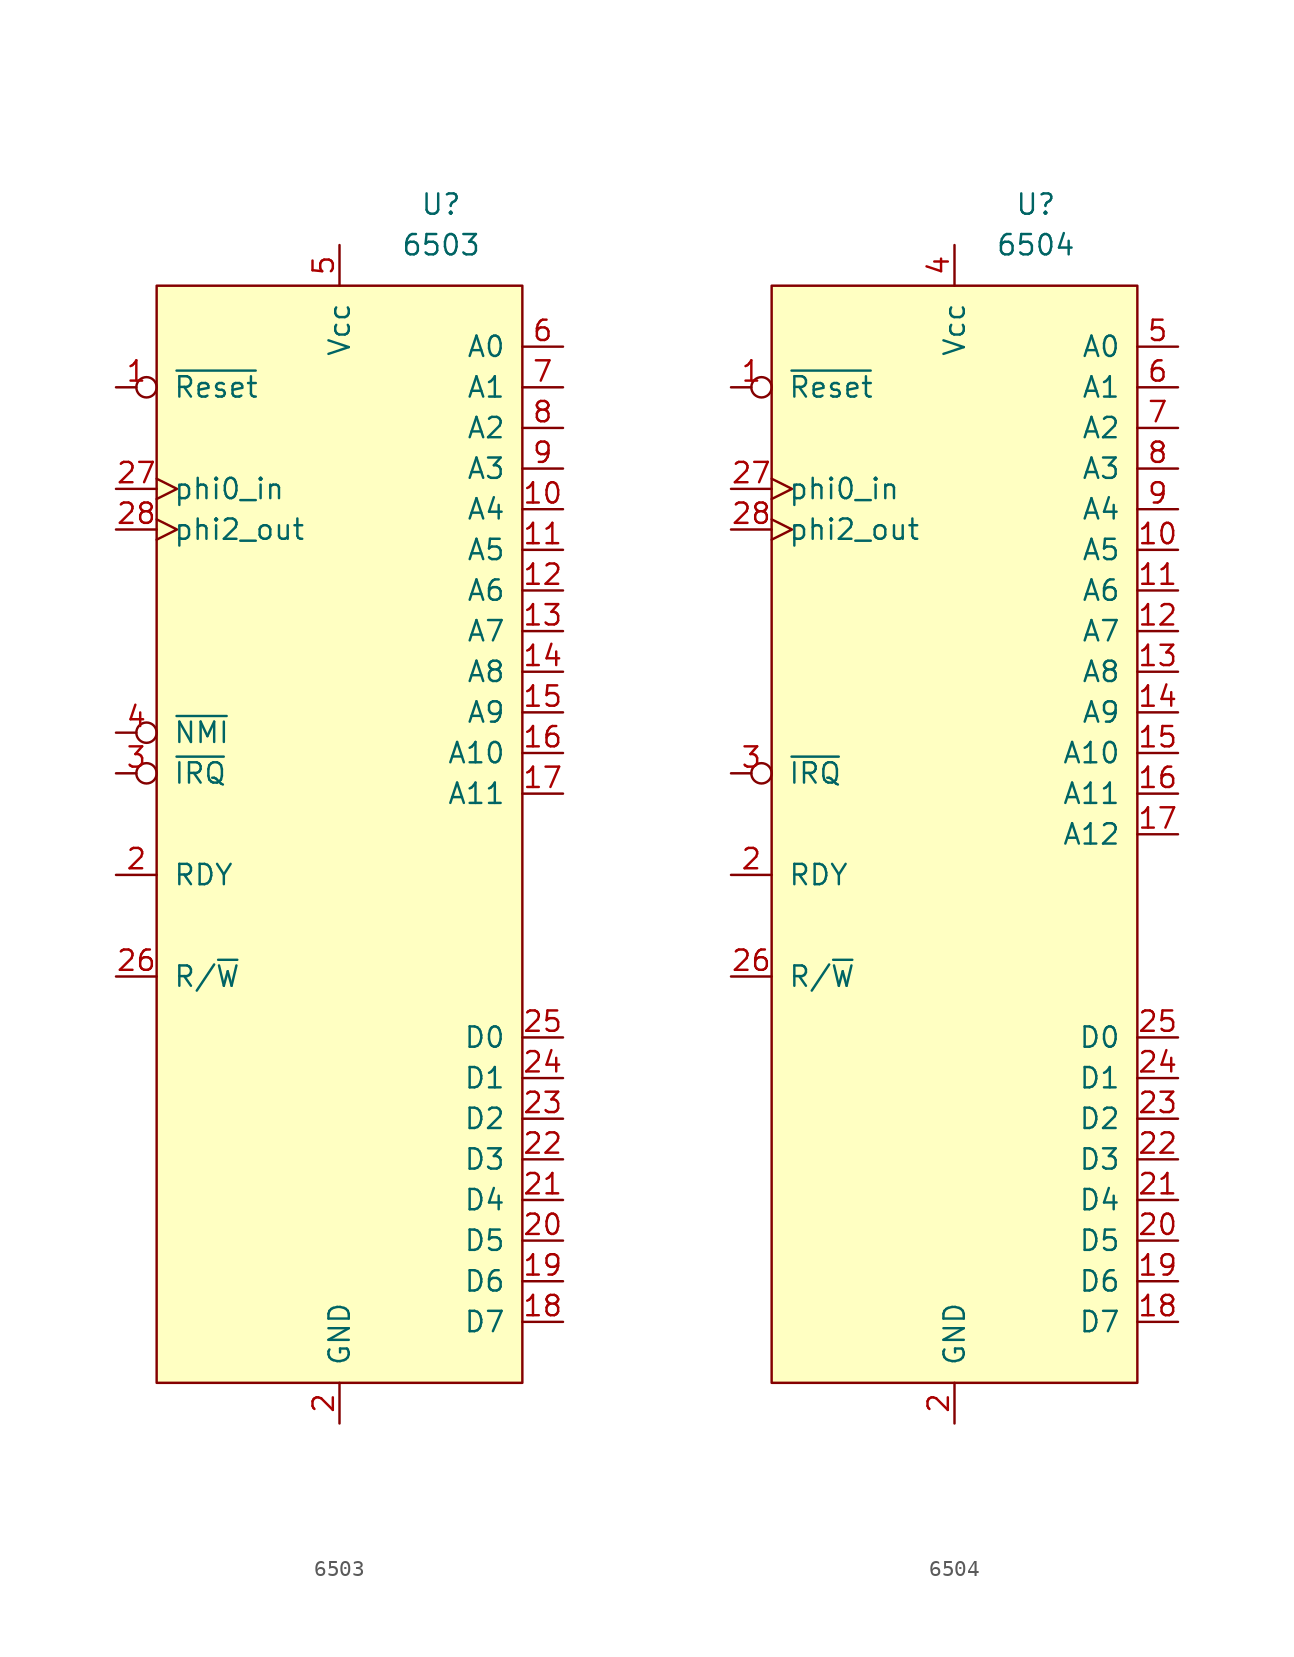
<source format=kicad_sym>
(kicad_symbol_lib
  (version 20201005)
  (generator kicad_symbol_editor)
  (symbol "C64:6503"
    (pin_names
      (offset 1.016))
    (property "Reference" "U"
      (at 0 3.81 0)
      (effects (font (size 1.27 1.27))))
    (property "Value" "6503"
      (at 0 1.27 0)
      (effects (font (size 1.27 1.27))))
    (symbol "6503_1_1"
      (polyline (pts (xy -6.35 -1.27) (xy 2.54 -1.27) (xy 5.08 -1.27) (xy 5.08 -69.85) (xy -17.78 -69.85) (xy -17.78 -1.27) (xy -6.35 -1.27)) (stroke (width 0)) (fill (type background)))
      (pin input inverted (at -20.32 -7.62 0) (length 2.54) (name "~Reset~" (effects (font (size 1.27 1.27)))) (number "1" (effects (font (size 1.27 1.27)))))
      (pin output line (at 7.62 -15.24 180) (length 2.54) (name "A4" (effects (font (size 1.27 1.27)))) (number "10" (effects (font (size 1.27 1.27)))))
      (pin output line (at 7.62 -17.78 180) (length 2.54) (name "A5" (effects (font (size 1.27 1.27)))) (number "11" (effects (font (size 1.27 1.27)))))
      (pin output line (at 7.62 -20.32 180) (length 2.54) (name "A6" (effects (font (size 1.27 1.27)))) (number "12" (effects (font (size 1.27 1.27)))))
      (pin output line (at 7.62 -22.86 180) (length 2.54) (name "A7" (effects (font (size 1.27 1.27)))) (number "13" (effects (font (size 1.27 1.27)))))
      (pin output line (at 7.62 -25.4 180) (length 2.54) (name "A8" (effects (font (size 1.27 1.27)))) (number "14" (effects (font (size 1.27 1.27)))))
      (pin output line (at 7.62 -27.94 180) (length 2.54) (name "A9" (effects (font (size 1.27 1.27)))) (number "15" (effects (font (size 1.27 1.27)))))
      (pin output line (at 7.62 -30.48 180) (length 2.54) (name "A10" (effects (font (size 1.27 1.27)))) (number "16" (effects (font (size 1.27 1.27)))))
      (pin output line (at 7.62 -33.02 180) (length 2.54) (name "A11" (effects (font (size 1.27 1.27)))) (number "17" (effects (font (size 1.27 1.27)))))
      (pin bidirectional line (at 7.62 -66.04 180) (length 2.54) (name "D7" (effects (font (size 1.27 1.27)))) (number "18" (effects (font (size 1.27 1.27)))))
      (pin bidirectional line (at 7.62 -63.5 180) (length 2.54) (name "D6" (effects (font (size 1.27 1.27)))) (number "19" (effects (font (size 1.27 1.27)))))
      (pin power_in line (at -6.35 -72.39 90) (length 2.54) (name "GND" (effects (font (size 1.27 1.27)))) (number "2" (effects (font (size 1.27 1.27)))))
      (pin input line (at -20.32 -38.1 0) (length 2.54) (name "RDY" (effects (font (size 1.27 1.27)))) (number "2" (effects (font (size 1.27 1.27)))))
      (pin bidirectional line (at 7.62 -60.96 180) (length 2.54) (name "D5" (effects (font (size 1.27 1.27)))) (number "20" (effects (font (size 1.27 1.27)))))
      (pin bidirectional line (at 7.62 -58.42 180) (length 2.54) (name "D4" (effects (font (size 1.27 1.27)))) (number "21" (effects (font (size 1.27 1.27)))))
      (pin bidirectional line (at 7.62 -55.88 180) (length 2.54) (name "D3" (effects (font (size 1.27 1.27)))) (number "22" (effects (font (size 1.27 1.27)))))
      (pin bidirectional line (at 7.62 -53.34 180) (length 2.54) (name "D2" (effects (font (size 1.27 1.27)))) (number "23" (effects (font (size 1.27 1.27)))))
      (pin bidirectional line (at 7.62 -50.8 180) (length 2.54) (name "D1" (effects (font (size 1.27 1.27)))) (number "24" (effects (font (size 1.27 1.27)))))
      (pin bidirectional line (at 7.62 -48.26 180) (length 2.54) (name "D0" (effects (font (size 1.27 1.27)))) (number "25" (effects (font (size 1.27 1.27)))))
      (pin output line (at -20.32 -44.45 0) (length 2.54) (name "R/~W~" (effects (font (size 1.27 1.27)))) (number "26" (effects (font (size 1.27 1.27)))))
      (pin input clock (at -20.32 -13.97 0) (length 2.54) (name "phi0_in" (effects (font (size 1.27 1.27)))) (number "27" (effects (font (size 1.27 1.27)))))
      (pin output clock (at -20.32 -16.51 0) (length 2.54) (name "phi2_out" (effects (font (size 1.27 1.27)))) (number "28" (effects (font (size 1.27 1.27)))))
      (pin input inverted (at -20.32 -31.75 0) (length 2.54) (name "~IRQ~" (effects (font (size 1.27 1.27)))) (number "3" (effects (font (size 1.27 1.27)))))
      (pin input inverted (at -20.32 -29.21 0) (length 2.54) (name "~NMI~" (effects (font (size 1.27 1.27)))) (number "4" (effects (font (size 1.27 1.27)))))
      (pin power_in line (at -6.35 1.27 270) (length 2.54) (name "Vcc" (effects (font (size 1.27 1.27)))) (number "5" (effects (font (size 1.27 1.27)))))
      (pin output line (at 7.62 -5.08 180) (length 2.54) (name "A0" (effects (font (size 1.27 1.27)))) (number "6" (effects (font (size 1.27 1.27)))))
      (pin output line (at 7.62 -7.62 180) (length 2.54) (name "A1" (effects (font (size 1.27 1.27)))) (number "7" (effects (font (size 1.27 1.27)))))
      (pin output line (at 7.62 -10.16 180) (length 2.54) (name "A2" (effects (font (size 1.27 1.27)))) (number "8" (effects (font (size 1.27 1.27)))))
      (pin output line (at 7.62 -12.7 180) (length 2.54) (name "A3" (effects (font (size 1.27 1.27)))) (number "9" (effects (font (size 1.27 1.27)))))))
  (symbol "C64:6504"
    (pin_names
      (offset 1.016))
    (property "Reference" "U"
      (at 0 0 0)
      (effects (font (size 1.27 1.27))))
    (property "Value" "6504"
      (at 0 -2.54 0)
      (effects (font (size 1.27 1.27))))
    (symbol "6504_1_1"
      (polyline (pts (xy -5.08 -5.08) (xy 3.81 -5.08) (xy 6.35 -5.08) (xy 6.35 -73.66) (xy -16.51 -73.66) (xy -16.51 -5.08) (xy -5.08 -5.08)) (stroke (width 0)) (fill (type background)))
      (pin input inverted (at -19.05 -11.43 0) (length 2.54) (name "~Reset~" (effects (font (size 1.27 1.27)))) (number "1" (effects (font (size 1.27 1.27)))))
      (pin output line (at 8.89 -21.59 180) (length 2.54) (name "A5" (effects (font (size 1.27 1.27)))) (number "10" (effects (font (size 1.27 1.27)))))
      (pin output line (at 8.89 -24.13 180) (length 2.54) (name "A6" (effects (font (size 1.27 1.27)))) (number "11" (effects (font (size 1.27 1.27)))))
      (pin output line (at 8.89 -26.67 180) (length 2.54) (name "A7" (effects (font (size 1.27 1.27)))) (number "12" (effects (font (size 1.27 1.27)))))
      (pin output line (at 8.89 -29.21 180) (length 2.54) (name "A8" (effects (font (size 1.27 1.27)))) (number "13" (effects (font (size 1.27 1.27)))))
      (pin output line (at 8.89 -31.75 180) (length 2.54) (name "A9" (effects (font (size 1.27 1.27)))) (number "14" (effects (font (size 1.27 1.27)))))
      (pin output line (at 8.89 -34.29 180) (length 2.54) (name "A10" (effects (font (size 1.27 1.27)))) (number "15" (effects (font (size 1.27 1.27)))))
      (pin output line (at 8.89 -36.83 180) (length 2.54) (name "A11" (effects (font (size 1.27 1.27)))) (number "16" (effects (font (size 1.27 1.27)))))
      (pin output line (at 8.89 -39.37 180) (length 2.54) (name "A12" (effects (font (size 1.27 1.27)))) (number "17" (effects (font (size 1.27 1.27)))))
      (pin bidirectional line (at 8.89 -69.85 180) (length 2.54) (name "D7" (effects (font (size 1.27 1.27)))) (number "18" (effects (font (size 1.27 1.27)))))
      (pin bidirectional line (at 8.89 -67.31 180) (length 2.54) (name "D6" (effects (font (size 1.27 1.27)))) (number "19" (effects (font (size 1.27 1.27)))))
      (pin power_in line (at -5.08 -76.2 90) (length 2.54) (name "GND" (effects (font (size 1.27 1.27)))) (number "2" (effects (font (size 1.27 1.27)))))
      (pin input line (at -19.05 -41.91 0) (length 2.54) (name "RDY" (effects (font (size 1.27 1.27)))) (number "2" (effects (font (size 1.27 1.27)))))
      (pin bidirectional line (at 8.89 -64.77 180) (length 2.54) (name "D5" (effects (font (size 1.27 1.27)))) (number "20" (effects (font (size 1.27 1.27)))))
      (pin bidirectional line (at 8.89 -62.23 180) (length 2.54) (name "D4" (effects (font (size 1.27 1.27)))) (number "21" (effects (font (size 1.27 1.27)))))
      (pin bidirectional line (at 8.89 -59.69 180) (length 2.54) (name "D3" (effects (font (size 1.27 1.27)))) (number "22" (effects (font (size 1.27 1.27)))))
      (pin bidirectional line (at 8.89 -57.15 180) (length 2.54) (name "D2" (effects (font (size 1.27 1.27)))) (number "23" (effects (font (size 1.27 1.27)))))
      (pin bidirectional line (at 8.89 -54.61 180) (length 2.54) (name "D1" (effects (font (size 1.27 1.27)))) (number "24" (effects (font (size 1.27 1.27)))))
      (pin bidirectional line (at 8.89 -52.07 180) (length 2.54) (name "D0" (effects (font (size 1.27 1.27)))) (number "25" (effects (font (size 1.27 1.27)))))
      (pin output line (at -19.05 -48.26 0) (length 2.54) (name "R/~W~" (effects (font (size 1.27 1.27)))) (number "26" (effects (font (size 1.27 1.27)))))
      (pin input clock (at -19.05 -17.78 0) (length 2.54) (name "phi0_in" (effects (font (size 1.27 1.27)))) (number "27" (effects (font (size 1.27 1.27)))))
      (pin output clock (at -19.05 -20.32 0) (length 2.54) (name "phi2_out" (effects (font (size 1.27 1.27)))) (number "28" (effects (font (size 1.27 1.27)))))
      (pin input inverted (at -19.05 -35.56 0) (length 2.54) (name "~IRQ~" (effects (font (size 1.27 1.27)))) (number "3" (effects (font (size 1.27 1.27)))))
      (pin power_in line (at -5.08 -2.54 270) (length 2.54) (name "Vcc" (effects (font (size 1.27 1.27)))) (number "4" (effects (font (size 1.27 1.27)))))
      (pin output line (at 8.89 -8.89 180) (length 2.54) (name "A0" (effects (font (size 1.27 1.27)))) (number "5" (effects (font (size 1.27 1.27)))))
      (pin output line (at 8.89 -11.43 180) (length 2.54) (name "A1" (effects (font (size 1.27 1.27)))) (number "6" (effects (font (size 1.27 1.27)))))
      (pin output line (at 8.89 -13.97 180) (length 2.54) (name "A2" (effects (font (size 1.27 1.27)))) (number "7" (effects (font (size 1.27 1.27)))))
      (pin output line (at 8.89 -16.51 180) (length 2.54) (name "A3" (effects (font (size 1.27 1.27)))) (number "8" (effects (font (size 1.27 1.27)))))
      (pin output line (at 8.89 -19.05 180) (length 2.54) (name "A4" (effects (font (size 1.27 1.27)))) (number "9" (effects (font (size 1.27 1.27))))))))
</source>
